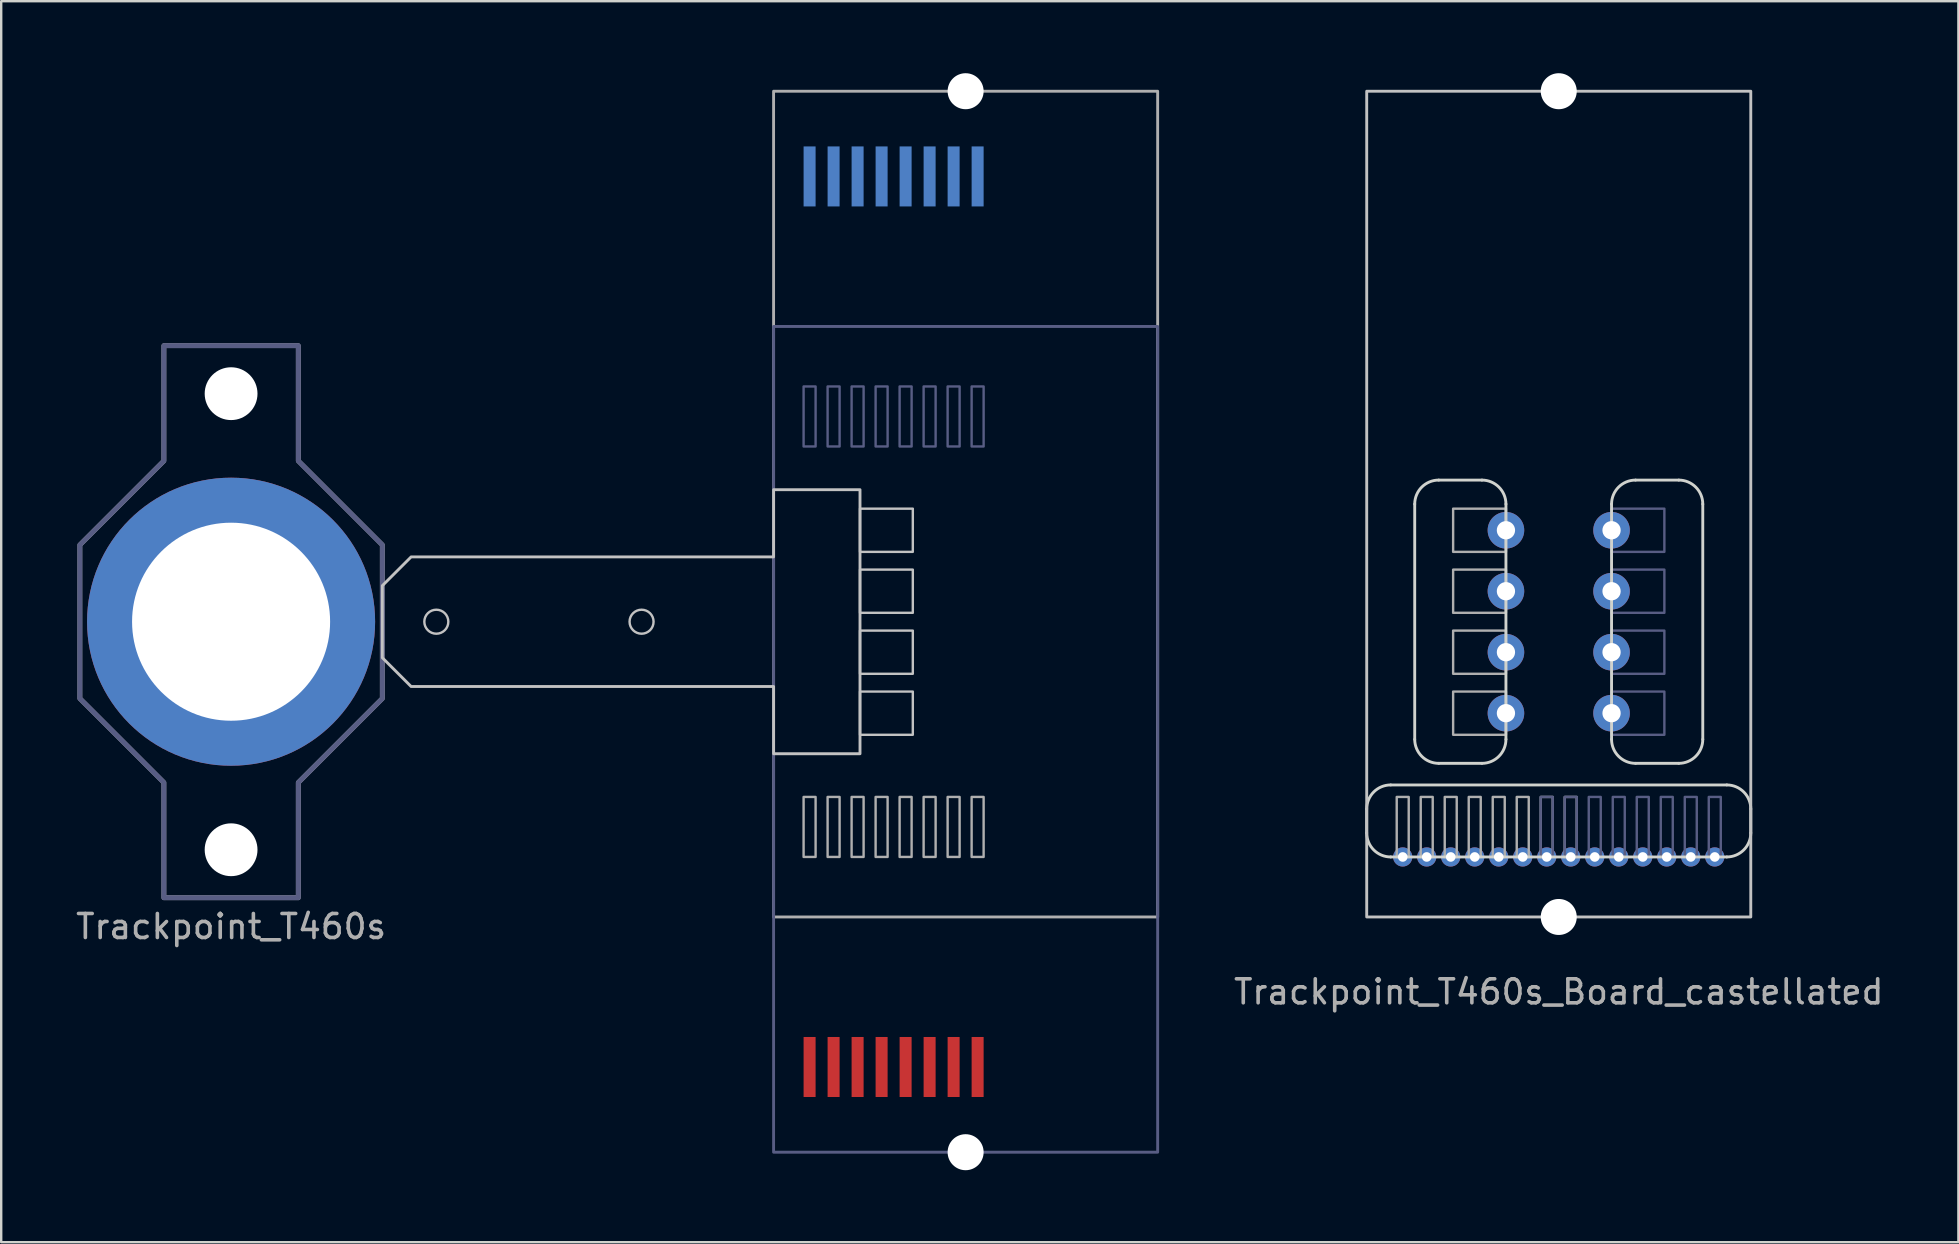
<source format=kicad_pcb>
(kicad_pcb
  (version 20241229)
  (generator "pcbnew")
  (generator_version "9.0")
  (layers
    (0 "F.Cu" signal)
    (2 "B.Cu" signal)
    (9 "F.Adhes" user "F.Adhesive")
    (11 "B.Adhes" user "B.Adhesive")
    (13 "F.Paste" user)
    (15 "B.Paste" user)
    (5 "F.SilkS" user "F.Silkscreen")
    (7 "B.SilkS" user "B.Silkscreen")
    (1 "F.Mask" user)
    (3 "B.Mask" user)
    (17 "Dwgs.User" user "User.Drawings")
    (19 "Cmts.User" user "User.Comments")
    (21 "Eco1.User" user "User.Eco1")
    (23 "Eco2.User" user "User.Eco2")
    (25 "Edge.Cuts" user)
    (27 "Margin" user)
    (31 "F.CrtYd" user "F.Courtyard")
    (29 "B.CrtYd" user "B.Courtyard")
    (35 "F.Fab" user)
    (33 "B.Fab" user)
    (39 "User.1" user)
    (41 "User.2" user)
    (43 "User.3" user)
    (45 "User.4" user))
  (footprint "Trackpoint_T460s"
    (layer "F.Cu")
    (at 6.577 22.85)
    (property "Reference" "Trackpoint_T460s" (at 0 12.7 0) (layer "F.Fab") (effects (font (size 1 1) (thickness 0.15))))
    (attr through_hole)
    (fp_rect (start 26.2 -4.71) (end 28.4 -2.91) (stroke (width 0.1) (type solid)) (fill no) (layer "Dwgs.User"))
    (fp_rect (start 26.2 -2.17) (end 28.4 -0.37) (stroke (width 0.1) (type solid)) (fill no) (layer "Dwgs.User"))
    (fp_rect (start 26.2 0.37) (end 28.4 2.17) (stroke (width 0.1) (type solid)) (fill no) (layer "Dwgs.User"))
    (fp_rect (start 26.2 2.91) (end 28.4 4.71) (stroke (width 0.1) (type solid)) (fill no) (layer "Dwgs.User"))
    (fp_circle (center 8.55 0) (end 9.05 0) (stroke (width 0.1) (type solid)) (fill no) (layer "Dwgs.User"))
    (fp_circle (center 17.1 0) (end 17.6 0) (stroke (width 0.1) (type solid)) (fill no) (layer "Dwgs.User"))
    (fp_poly (pts (xy 7.5 -2.7) (xy 6.3 -1.5) (xy 6.3 1.5) (xy 7.5 2.7) (xy 22.6 2.7) (xy 22.6 5.5) (xy 26.2 5.5) (xy 26.2 -5.5) (xy 22.6 -5.5) (xy 22.6 -2.7)) (stroke (width 0.12) (type solid)) (fill no) (layer "Dwgs.User"))
    (fp_rect (start 22.6 22.1) (end 38.6 -12.3) (stroke (width 0.12) (type default)) (fill no) (layer "B.Fab"))
    (fp_rect (start 24.35 -7.3) (end 23.85 -9.8) (stroke (width 0.1) (type solid)) (fill no) (layer "B.Fab"))
    (fp_rect (start 25.35 -7.3) (end 24.85 -9.8) (stroke (width 0.1) (type solid)) (fill no) (layer "B.Fab"))
    (fp_rect (start 26.35 -7.3) (end 25.85 -9.8) (stroke (width 0.1) (type solid)) (fill no) (layer "B.Fab"))
    (fp_rect (start 27.35 -7.3) (end 26.85 -9.8) (stroke (width 0.1) (type solid)) (fill no) (layer "B.Fab"))
    (fp_rect (start 28.35 -7.3) (end 27.85 -9.8) (stroke (width 0.1) (type solid)) (fill no) (layer "B.Fab"))
    (fp_rect (start 29.35 -7.3) (end 28.85 -9.8) (stroke (width 0.1) (type solid)) (fill no) (layer "B.Fab"))
    (fp_rect (start 30.35 -7.3) (end 29.85 -9.8) (stroke (width 0.1) (type solid)) (fill no) (layer "B.Fab"))
    (fp_rect (start 31.35 -7.3) (end 30.85 -9.8) (stroke (width 0.1) (type solid)) (fill no) (layer "B.Fab"))
    (fp_poly (pts (xy -6.3 -3.2) (xy -6.3 3.2) (xy -2.8 6.7) (xy -2.8 11.5) (xy 2.8 11.5) (xy 2.8 6.7) (xy 6.3 3.2) (xy 6.3 -3.2) (xy 2.8 -6.7) (xy 2.8 -11.5) (xy -2.8 -11.5) (xy -2.8 -6.7)) (stroke (width 0.2) (type solid)) (fill no) (layer "B.Fab"))
    (fp_rect (start 22.6 -22.1) (end 38.6 12.3) (stroke (width 0.12) (type default)) (fill no) (layer "F.Fab"))
    (fp_rect (start 24.35 7.3) (end 23.85 9.8) (stroke (width 0.1) (type solid)) (fill no) (layer "F.Fab"))
    (fp_rect (start 25.35 7.3) (end 24.85 9.8) (stroke (width 0.1) (type solid)) (fill no) (layer "F.Fab"))
    (fp_rect (start 26.35 7.3) (end 25.85 9.8) (stroke (width 0.1) (type solid)) (fill no) (layer "F.Fab"))
    (fp_rect (start 27.35 7.3) (end 26.85 9.8) (stroke (width 0.1) (type solid)) (fill no) (layer "F.Fab"))
    (fp_rect (start 28.35 7.3) (end 27.85 9.8) (stroke (width 0.1) (type solid)) (fill no) (layer "F.Fab"))
    (fp_rect (start 29.35 7.3) (end 28.85 9.8) (stroke (width 0.1) (type solid)) (fill no) (layer "F.Fab"))
    (fp_rect (start 30.35 7.3) (end 29.85 9.8) (stroke (width 0.1) (type solid)) (fill no) (layer "F.Fab"))
    (fp_rect (start 31.35 7.3) (end 30.85 9.8) (stroke (width 0.1) (type solid)) (fill no) (layer "F.Fab"))
    (fp_poly (pts (xy 2.8 -6.7) (xy 6.3 -3.2) (xy 6.3 3.2) (xy 2.8 6.7) (xy 2.8 11.5) (xy -2.8 11.5) (xy -2.8 6.7) (xy -6.3 3.2) (xy -6.3 -3.2) (xy -2.8 -6.7) (xy -2.8 -11.5) (xy 2.8 -11.5)) (stroke (width 0.2) (type solid)) (fill no) (layer "F.Fab"))
    (pad "" np_thru_hole circle (at 0 -9.5 180) (size 2.2 2.2) (drill 2.2) (layers "*.Cu" "*.Mask"))
    (pad "" thru_hole circle (at 0 0 180) (size 12 12) (drill 8.25) (layers "*.Cu" "*.Mask"))
    (pad "" np_thru_hole circle (at 0 9.5 180) (size 2.2 2.2) (drill 2.2) (layers "*.Cu" "*.Mask"))
    (pad "" np_thru_hole circle (at 30.6 -22.1) (size 1.5 1.5) (drill 1.5) (layers "*.Cu" "*.Mask"))
    (pad "" np_thru_hole circle (at 30.6 22.1) (size 1.5 1.5) (drill 1.5) (layers "*.Cu" "*.Mask"))
    (pad "1" smd rect (at 24.1 -18.55 180) (size 0.5 2.5) (layers "B.Cu" "B.Mask" "B.Paste"))
    (pad "1" smd rect (at 24.1 18.55) (size 0.5 2.5) (layers "F.Cu" "F.Mask" "F.Paste"))
    (pad "2" smd rect (at 25.1 -18.55 180) (size 0.5 2.5) (layers "B.Cu" "B.Mask" "B.Paste"))
    (pad "2" smd rect (at 25.1 18.55) (size 0.5 2.5) (layers "F.Cu" "F.Mask" "F.Paste"))
    (pad "3" smd rect (at 26.1 -18.55 180) (size 0.5 2.5) (layers "B.Cu" "B.Mask" "B.Paste"))
    (pad "3" smd rect (at 26.1 18.55) (size 0.5 2.5) (layers "F.Cu" "F.Mask" "F.Paste"))
    (pad "4" smd rect (at 27.1 -18.55 180) (size 0.5 2.5) (layers "B.Cu" "B.Mask" "B.Paste"))
    (pad "4" smd rect (at 27.1 18.55) (size 0.5 2.5) (layers "F.Cu" "F.Mask" "F.Paste"))
    (pad "5" smd rect (at 28.1 -18.55 180) (size 0.5 2.5) (layers "B.Cu" "B.Mask" "B.Paste"))
    (pad "5" smd rect (at 28.1 18.55) (size 0.5 2.5) (layers "F.Cu" "F.Mask" "F.Paste"))
    (pad "6" smd rect (at 29.1 -18.55 180) (size 0.5 2.5) (layers "B.Cu" "B.Mask" "B.Paste"))
    (pad "6" smd rect (at 29.1 18.55) (size 0.5 2.5) (layers "F.Cu" "F.Mask" "F.Paste"))
    (pad "7" smd rect (at 30.1 -18.55 180) (size 0.5 2.5) (layers "B.Cu" "B.Mask" "B.Paste"))
    (pad "7" smd rect (at 30.1 18.55) (size 0.5 2.5) (layers "F.Cu" "F.Mask" "F.Paste"))
    (pad "8" smd rect (at 31.1 -18.55 180) (size 0.5 2.5) (layers "B.Cu" "B.Mask" "B.Paste"))
    (pad "8" smd rect (at 31.1 18.55) (size 0.5 2.5) (layers "F.Cu" "F.Mask" "F.Paste")))
  (footprint "Trackpoint_T460s_Board_castellated"
    (layer "F.Cu")
    (at 61.886 17.95)
    (property "Reference" "Trackpoint_T460s_Board_castellated" (at 0 20.32 0) (layer "F.Fab") (effects (font (size 1 1) (thickness 0.15))))
    (attr through_hole)
    (fp_rect (start -8 17.2) (end 8 -17.2) (stroke (width 0.12) (type default)) (fill no) (layer "Dwgs.User"))
    (fp_line (start -8 13.7) (end -8 12.7) (stroke (width 0.12) (type default)) (layer "Edge.Cuts"))
    (fp_line (start -7 11.7) (end 7 11.7) (stroke (width 0.12) (type default)) (layer "Edge.Cuts"))
    (fp_line (start -6 0) (end -6 9.8) (stroke (width 0.12) (type default)) (layer "Edge.Cuts"))
    (fp_line (start -5 10.8) (end -3.2 10.8) (stroke (width 0.12) (type default)) (layer "Edge.Cuts"))
    (fp_line (start -3.2 -1) (end -5 -1) (stroke (width 0.12) (type default)) (layer "Edge.Cuts"))
    (fp_line (start -2.2 9.8) (end -2.2 0) (stroke (width 0.12) (type default)) (layer "Edge.Cuts"))
    (fp_line (start 2.2 9.8) (end 2.2 0) (stroke (width 0.12) (type default)) (layer "Edge.Cuts"))
    (fp_line (start 3.2 -1) (end 5 -1) (stroke (width 0.12) (type default)) (layer "Edge.Cuts"))
    (fp_line (start 5 10.8) (end 3.2 10.8) (stroke (width 0.12) (type default)) (layer "Edge.Cuts"))
    (fp_line (start 6 0) (end 6 9.8) (stroke (width 0.12) (type default)) (layer "Edge.Cuts"))
    (fp_line (start 7 14.7) (end -7 14.7) (stroke (width 0.12) (type default)) (layer "Edge.Cuts"))
    (fp_line (start 8 12.7) (end 8 13.7) (stroke (width 0.12) (type default)) (layer "Edge.Cuts"))
    (fp_arc (start -8 12.7) (mid -7.707107 11.992893) (end -7 11.7) (stroke (width 0.12) (type default)) (layer "Edge.Cuts"))
    (fp_arc (start -7 14.7) (mid -7.707107 14.407107) (end -8 13.7) (stroke (width 0.12) (type default)) (layer "Edge.Cuts"))
    (fp_arc (start -6 0) (mid -5.707107 -0.707107) (end -5 -1) (stroke (width 0.12) (type default)) (layer "Edge.Cuts"))
    (fp_arc (start -5 10.8) (mid -5.707107 10.507107) (end -6 9.8) (stroke (width 0.12) (type default)) (layer "Edge.Cuts"))
    (fp_arc (start -3.2 -1) (mid -2.492893 -0.707107) (end -2.2 0) (stroke (width 0.12) (type default)) (layer "Edge.Cuts"))
    (fp_arc (start -2.2 9.8) (mid -2.492893 10.507107) (end -3.2 10.8) (stroke (width 0.12) (type default)) (layer "Edge.Cuts"))
    (fp_arc (start 2.2 0) (mid 2.492893 -0.707107) (end 3.2 -1) (stroke (width 0.12) (type default)) (layer "Edge.Cuts"))
    (fp_arc (start 3.2 10.8) (mid 2.492893 10.507107) (end 2.2 9.8) (stroke (width 0.12) (type default)) (layer "Edge.Cuts"))
    (fp_arc (start 5 -1) (mid 5.707107 -0.707107) (end 6 0) (stroke (width 0.12) (type default)) (layer "Edge.Cuts"))
    (fp_arc (start 6 9.8) (mid 5.707107 10.507107) (end 5 10.8) (stroke (width 0.12) (type default)) (layer "Edge.Cuts"))
    (fp_arc (start 7 11.7) (mid 7.707107 11.992893) (end 8 12.7) (stroke (width 0.12) (type default)) (layer "Edge.Cuts"))
    (fp_arc (start 8 13.7) (mid 7.707107 14.407107) (end 7 14.7) (stroke (width 0.12) (type default)) (layer "Edge.Cuts"))
    (fp_rect (start -0.75 12.2) (end -0.25 14.7) (stroke (width 0.1) (type solid)) (fill no) (layer "B.Fab"))
    (fp_rect (start 0.25 12.2) (end 0.75 14.7) (stroke (width 0.1) (type solid)) (fill no) (layer "B.Fab"))
    (fp_rect (start 1.25 12.2) (end 1.75 14.7) (stroke (width 0.1) (type solid)) (fill no) (layer "B.Fab"))
    (fp_rect (start 2.25 12.2) (end 2.75 14.7) (stroke (width 0.1) (type solid)) (fill no) (layer "B.Fab"))
    (fp_rect (start 3.25 12.2) (end 3.75 14.7) (stroke (width 0.1) (type solid)) (fill no) (layer "B.Fab"))
    (fp_rect (start 4.25 12.2) (end 4.75 14.7) (stroke (width 0.1) (type solid)) (fill no) (layer "B.Fab"))
    (fp_rect (start 4.4 1.99) (end 2.2 0.19) (stroke (width 0.1) (type solid)) (fill no) (layer "B.Fab"))
    (fp_rect (start 4.4 4.53) (end 2.2 2.73) (stroke (width 0.1) (type solid)) (fill no) (layer "B.Fab"))
    (fp_rect (start 4.4 7.07) (end 2.2 5.27) (stroke (width 0.1) (type solid)) (fill no) (layer "B.Fab"))
    (fp_rect (start 4.4 9.61) (end 2.2 7.81) (stroke (width 0.1) (type solid)) (fill no) (layer "B.Fab"))
    (fp_rect (start 5.25 12.2) (end 5.75 14.7) (stroke (width 0.1) (type solid)) (fill no) (layer "B.Fab"))
    (fp_rect (start 6.25 12.2) (end 6.75 14.7) (stroke (width 0.1) (type solid)) (fill no) (layer "B.Fab"))
    (fp_rect (start -6.25 12.2) (end -6.75 14.7) (stroke (width 0.1) (type solid)) (fill no) (layer "F.Fab"))
    (fp_rect (start -5.25 12.2) (end -5.75 14.7) (stroke (width 0.1) (type solid)) (fill no) (layer "F.Fab"))
    (fp_rect (start -4.4 1.99) (end -2.2 0.19) (stroke (width 0.1) (type solid)) (fill no) (layer "F.Fab"))
    (fp_rect (start -4.4 4.53) (end -2.2 2.73) (stroke (width 0.1) (type solid)) (fill no) (layer "F.Fab"))
    (fp_rect (start -4.4 7.07) (end -2.2 5.27) (stroke (width 0.1) (type solid)) (fill no) (layer "F.Fab"))
    (fp_rect (start -4.4 9.61) (end -2.2 7.81) (stroke (width 0.1) (type solid)) (fill no) (layer "F.Fab"))
    (fp_rect (start -4.25 12.2) (end -4.75 14.7) (stroke (width 0.1) (type solid)) (fill no) (layer "F.Fab"))
    (fp_rect (start -3.25 12.2) (end -3.75 14.7) (stroke (width 0.1) (type solid)) (fill no) (layer "F.Fab"))
    (fp_rect (start -2.25 12.2) (end -2.75 14.7) (stroke (width 0.1) (type solid)) (fill no) (layer "F.Fab"))
    (fp_rect (start -1.25 12.2) (end -1.75 14.7) (stroke (width 0.1) (type solid)) (fill no) (layer "F.Fab"))
    (fp_rect (start -0.25 12.2) (end -0.75 14.7) (stroke (width 0.1) (type solid)) (fill no) (layer "F.Fab"))
    (fp_rect (start 0.75 12.2) (end 0.25 14.7) (stroke (width 0.1) (type solid)) (fill no) (layer "F.Fab"))
    (pad "" thru_hole circle (at -0.5 14.7 180) (size 0.8 0.8) (drill 0.4) (layers "*.Cu"))
    (pad "" np_thru_hole circle (at 0 -17.2) (size 1.5 1.5) (drill 1.5) (layers "*.Cu" "*.Mask"))
    (pad "" np_thru_hole circle (at 0 17.2) (size 1.5 1.5) (drill 1.5) (layers "*.Cu" "*.Mask"))
    (pad "" thru_hole circle (at 0.5 14.7 180) (size 0.8 0.8) (drill 0.4) (layers "*.Cu"))
    (pad "1" thru_hole circle (at -6.5 14.7 180) (size 0.8 0.8) (drill 0.4) (layers "*.Cu"))
    (pad "1" thru_hole circle (at 6.5 14.7 180) (size 0.8 0.8) (drill 0.4) (layers "*.Cu"))
    (pad "2" thru_hole circle (at -5.5 14.7 180) (size 0.8 0.8) (drill 0.4) (layers "*.Cu"))
    (pad "2" thru_hole circle (at 5.5 14.7 180) (size 0.8 0.8) (drill 0.4) (layers "*.Cu"))
    (pad "3" thru_hole circle (at -4.5 14.7 180) (size 0.8 0.8) (drill 0.4) (layers "*.Cu"))
    (pad "3" thru_hole circle (at 4.5 14.7 180) (size 0.8 0.8) (drill 0.4) (layers "*.Cu"))
    (pad "4" thru_hole circle (at -3.5 14.7 180) (size 0.8 0.8) (drill 0.4) (layers "*.Cu"))
    (pad "4" thru_hole circle (at 3.5 14.7 180) (size 0.8 0.8) (drill 0.4) (layers "*.Cu"))
    (pad "5" thru_hole circle (at -2.5 14.7 180) (size 0.8 0.8) (drill 0.4) (layers "*.Cu"))
    (pad "5" thru_hole circle (at 2.5 14.7 180) (size 0.8 0.8) (drill 0.4) (layers "*.Cu"))
    (pad "6" thru_hole circle (at -1.5 14.7 180) (size 0.8 0.8) (drill 0.4) (layers "*.Cu"))
    (pad "6" thru_hole circle (at 1.5 14.7 180) (size 0.8 0.8) (drill 0.4) (layers "*.Cu"))
    (pad "A" thru_hole circle (at -2.2 1.09) (size 1.524 1.524) (drill 0.762) (property pad_prop_castellated) (layers "*.Cu" "*.Mask"))
    (pad "A" thru_hole circle (at 2.2 1.09) (size 1.524 1.524) (drill 0.762) (property pad_prop_castellated) (layers "*.Cu" "*.Mask"))
    (pad "B" thru_hole circle (at -2.2 3.63) (size 1.524 1.524) (drill 0.762) (property pad_prop_castellated) (layers "*.Cu" "*.Mask"))
    (pad "B" thru_hole circle (at 2.2 3.63) (size 1.524 1.524) (drill 0.762) (property pad_prop_castellated) (layers "*.Cu" "*.Mask"))
    (pad "C" thru_hole circle (at -2.2 6.17) (size 1.524 1.524) (drill 0.762) (property pad_prop_castellated) (layers "*.Cu" "*.Mask"))
    (pad "C" thru_hole circle (at 2.2 6.17) (size 1.524 1.524) (drill 0.762) (property pad_prop_castellated) (layers "*.Cu" "*.Mask"))
    (pad "D" thru_hole circle (at -2.2 8.71) (size 1.524 1.524) (drill 0.762) (property pad_prop_castellated) (layers "*.Cu" "*.Mask"))
    (pad "D" thru_hole circle (at 2.2 8.71) (size 1.524 1.524) (drill 0.762) (property pad_prop_castellated) (layers "*.Cu" "*.Mask")))
  (gr_rect
    (start -3 -3)
    (end 78.535 48.7)
    (stroke (width 0.1) (type default))
    (fill no)
    (layer "Edge.Cuts")))
</source>
